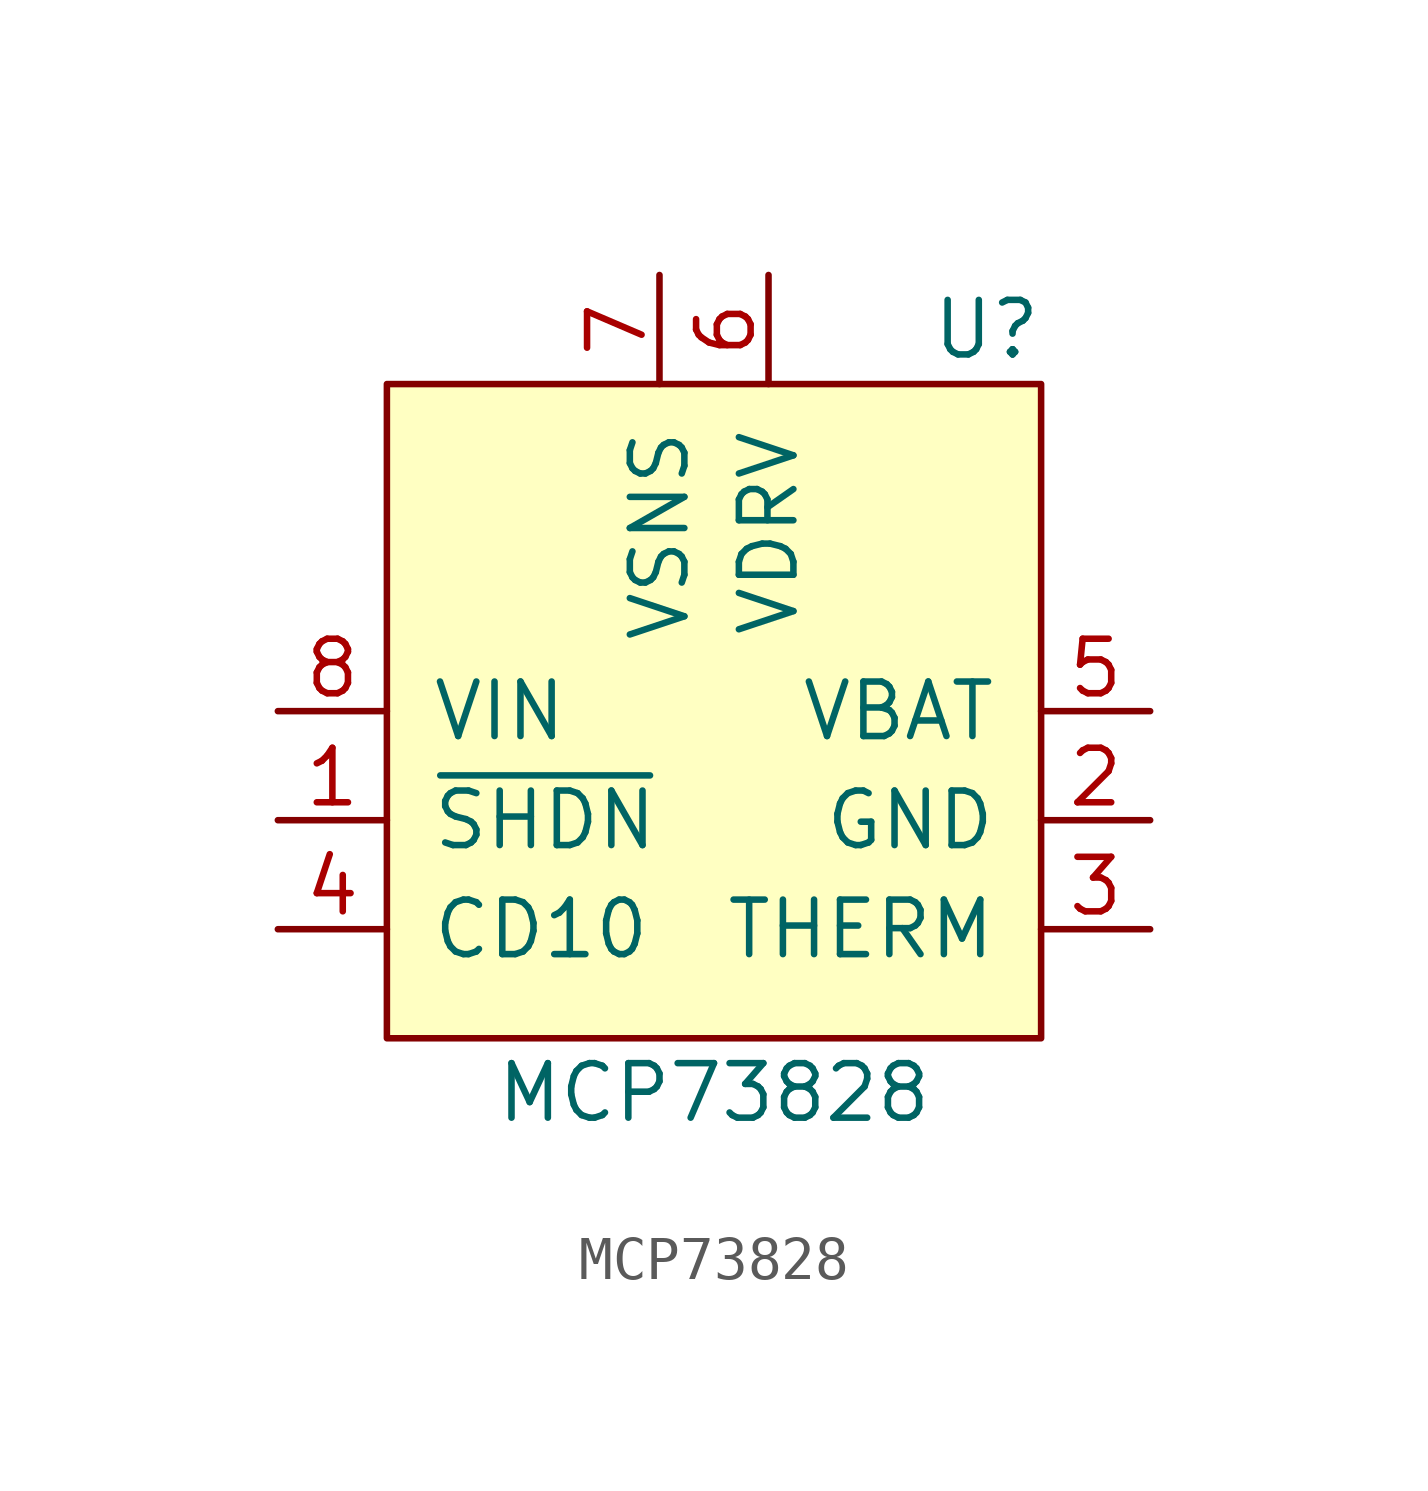
<source format=kicad_sym>
(kicad_symbol_lib
  (version 20211014)
  (generator kicad_symbol_editor)
  (symbol "MCP73828"
    (pin_names
      (offset 1.016))
    (property "Reference" "U"
      (at 6.35 1.27 0)
      (effects (font (size 1.27 1.27))))
    (property "Value" "MCP73828"
      (at 0 -16.51 0)
      (effects (font (size 1.27 1.27))))
    (symbol "MCP73828_0_1"
      (rectangle (start -7.62 0) (end 7.62 -15.24) (stroke (width 0) (type default) (color 0 0 0 0)) (fill (type background))))
    (symbol "MCP73828_1_1"
      (pin input line (at -10.16 -10.16 0) (length 2.54) (name "~{SHDN}" (effects (font (size 1.27 1.27)))) (number "1" (effects (font (size 1.27 1.27)))))
      (pin input line (at 10.16 -10.16 180) (length 2.54) (name "GND" (effects (font (size 1.27 1.27)))) (number "2" (effects (font (size 1.27 1.27)))))
      (pin input line (at 10.16 -12.7 180) (length 2.54) (name "THERM" (effects (font (size 1.27 1.27)))) (number "3" (effects (font (size 1.27 1.27)))))
      (pin input line (at -10.16 -12.7 0) (length 2.54) (name "CD10" (effects (font (size 1.27 1.27)))) (number "4" (effects (font (size 1.27 1.27)))))
      (pin input line (at 10.16 -7.62 180) (length 2.54) (name "VBAT" (effects (font (size 1.27 1.27)))) (number "5" (effects (font (size 1.27 1.27)))))
      (pin input line (at 1.27 2.54 270) (length 2.54) (name "VDRV" (effects (font (size 1.27 1.27)))) (number "6" (effects (font (size 1.27 1.27)))))
      (pin input line (at -1.27 2.54 270) (length 2.54) (name "VSNS" (effects (font (size 1.27 1.27)))) (number "7" (effects (font (size 1.27 1.27)))))
      (pin input line (at -10.16 -7.62 0) (length 2.54) (name "VIN" (effects (font (size 1.27 1.27)))) (number "8" (effects (font (size 1.27 1.27))))))))
</source>
